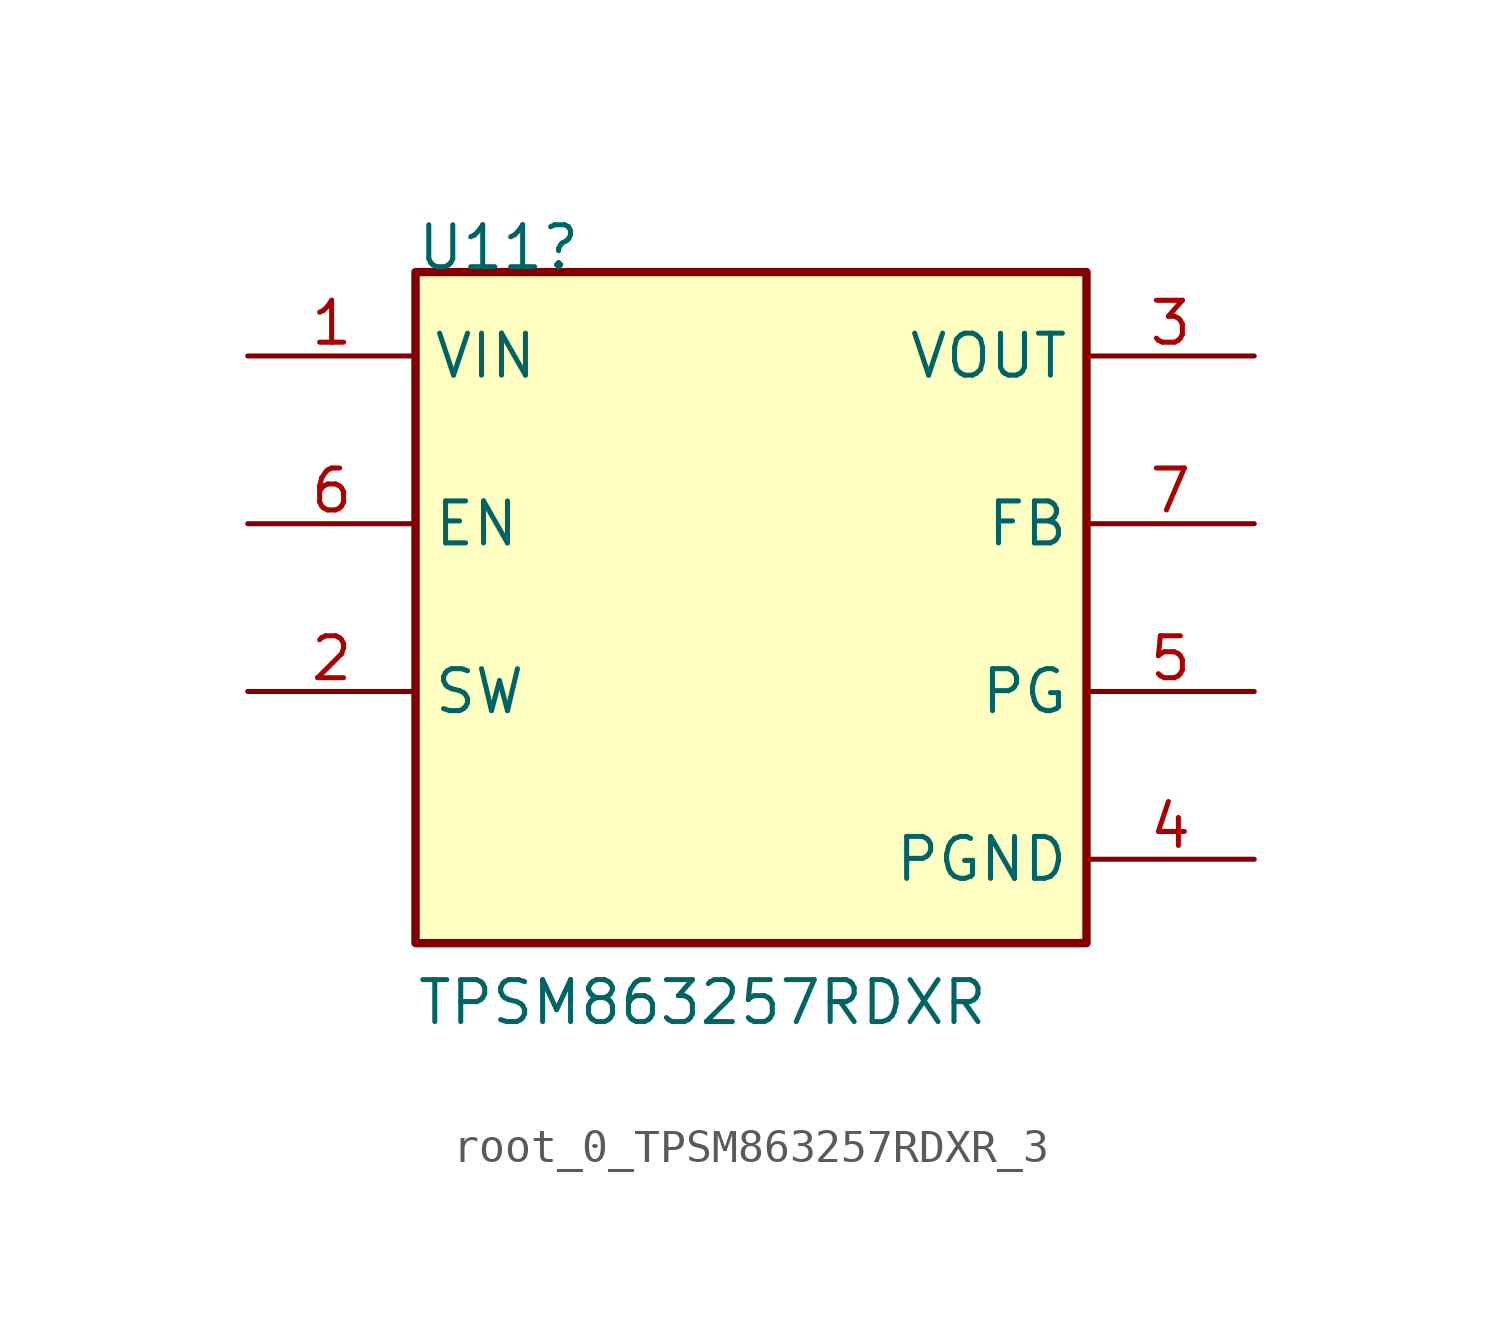
<source format=kicad_sym>
(kicad_symbol_lib
  (version 20241209)
  (generator "kicad_symbol_editor")
  (generator_version "9.0")
  (symbol "root_0_TPSM863257RDXR_3"
    (property "Reference" "U11"
      (at -10.16 10.16 0)
      (effects (font (size 1.27 1.27)) (justify left bottom)))
    (property "Value" "TPSM863257RDXR"
      (at -10.16 -12.7 0)
      (effects (font (size 1.27 1.27)) (justify left bottom)))
    (property "Description" ""
      (at 0 0 0)
      (effects (font (size 1.27 1.27))))
    (symbol "root_0_TPSM863257RDXR_3_1_0"
      (rectangle (start 10.16 10.16) (end -10.16 -10.16) (stroke (width 0.254) (type solid)) (fill (type background)))
      (pin input line (at -15.24 7.62 0) (length 5.08) (name "VIN" (effects (font (size 1.27 1.27)))) (number "1" (effects (font (size 1.27 1.27)))))
      (pin input line (at -15.24 2.54 0) (length 5.08) (name "EN" (effects (font (size 1.27 1.27)))) (number "6" (effects (font (size 1.27 1.27)))))
      (pin passive line (at -15.24 -2.54 0) (length 5.08) (name "SW" (effects (font (size 1.27 1.27)))) (number "2" (effects (font (size 1.27 1.27)))))
      (pin output line (at 15.24 7.62 180) (length 5.08) (name "VOUT" (effects (font (size 1.27 1.27)))) (number "3" (effects (font (size 1.27 1.27)))))
      (pin input line (at 15.24 2.54 180) (length 5.08) (name "FB" (effects (font (size 1.27 1.27)))) (number "7" (effects (font (size 1.27 1.27)))))
      (pin open_collector line (at 15.24 -2.54 180) (length 5.08) (name "PG" (effects (font (size 1.27 1.27)))) (number "5" (effects (font (size 1.27 1.27)))))
      (pin power_in line (at 15.24 -7.62 180) (length 5.08) (name "PGND" (effects (font (size 1.27 1.27)))) (number "4" (effects (font (size 1.27 1.27))))))))
</source>
